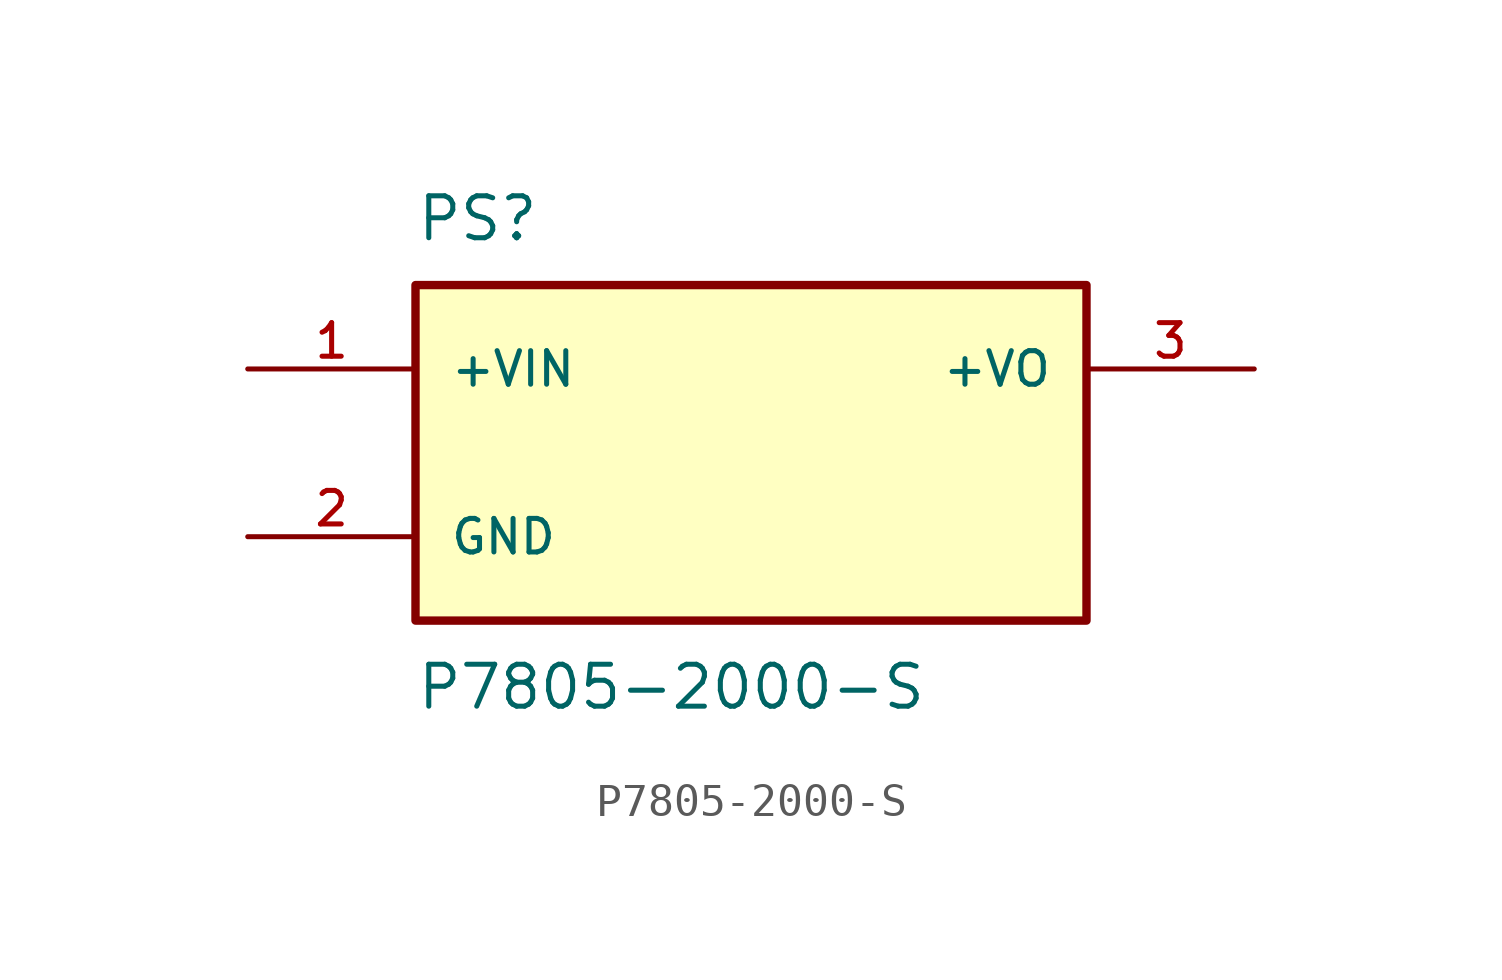
<source format=kicad_sym>
(kicad_symbol_lib
  (version 20211014)
  (generator kicad_symbol_editor)
  (symbol "P7805-2000-S"
    (pin_names
      (offset 1.016))
    (property "Reference" "PS"
      (at -10.16 6.35 0)
      (effects (font (size 1.27 1.27)) (justify bottom left)))
    (property "Value" "P7805-2000-S"
      (at -10.16 -6.35 0)
      (effects (font (size 1.27 1.27)) (justify top left)))
    (symbol "P7805-2000-S_0_0"
      (rectangle (start -10.16 -5.08) (end 10.16 5.08) (stroke (width 0.254)) (fill (type background)))
      (pin input line (at -15.24 2.54 0) (length 5.08) (name "+VIN" (effects (font (size 1.016 1.016)))) (number "1" (effects (font (size 1.016 1.016)))))
      (pin output line (at 15.24 2.54 180.0) (length 5.08) (name "+VO" (effects (font (size 1.016 1.016)))) (number "3" (effects (font (size 1.016 1.016)))))
      (pin power_in line (at -15.24 -2.54 0) (length 5.08) (name "GND" (effects (font (size 1.016 1.016)))) (number "2" (effects (font (size 1.016 1.016))))))))
</source>
